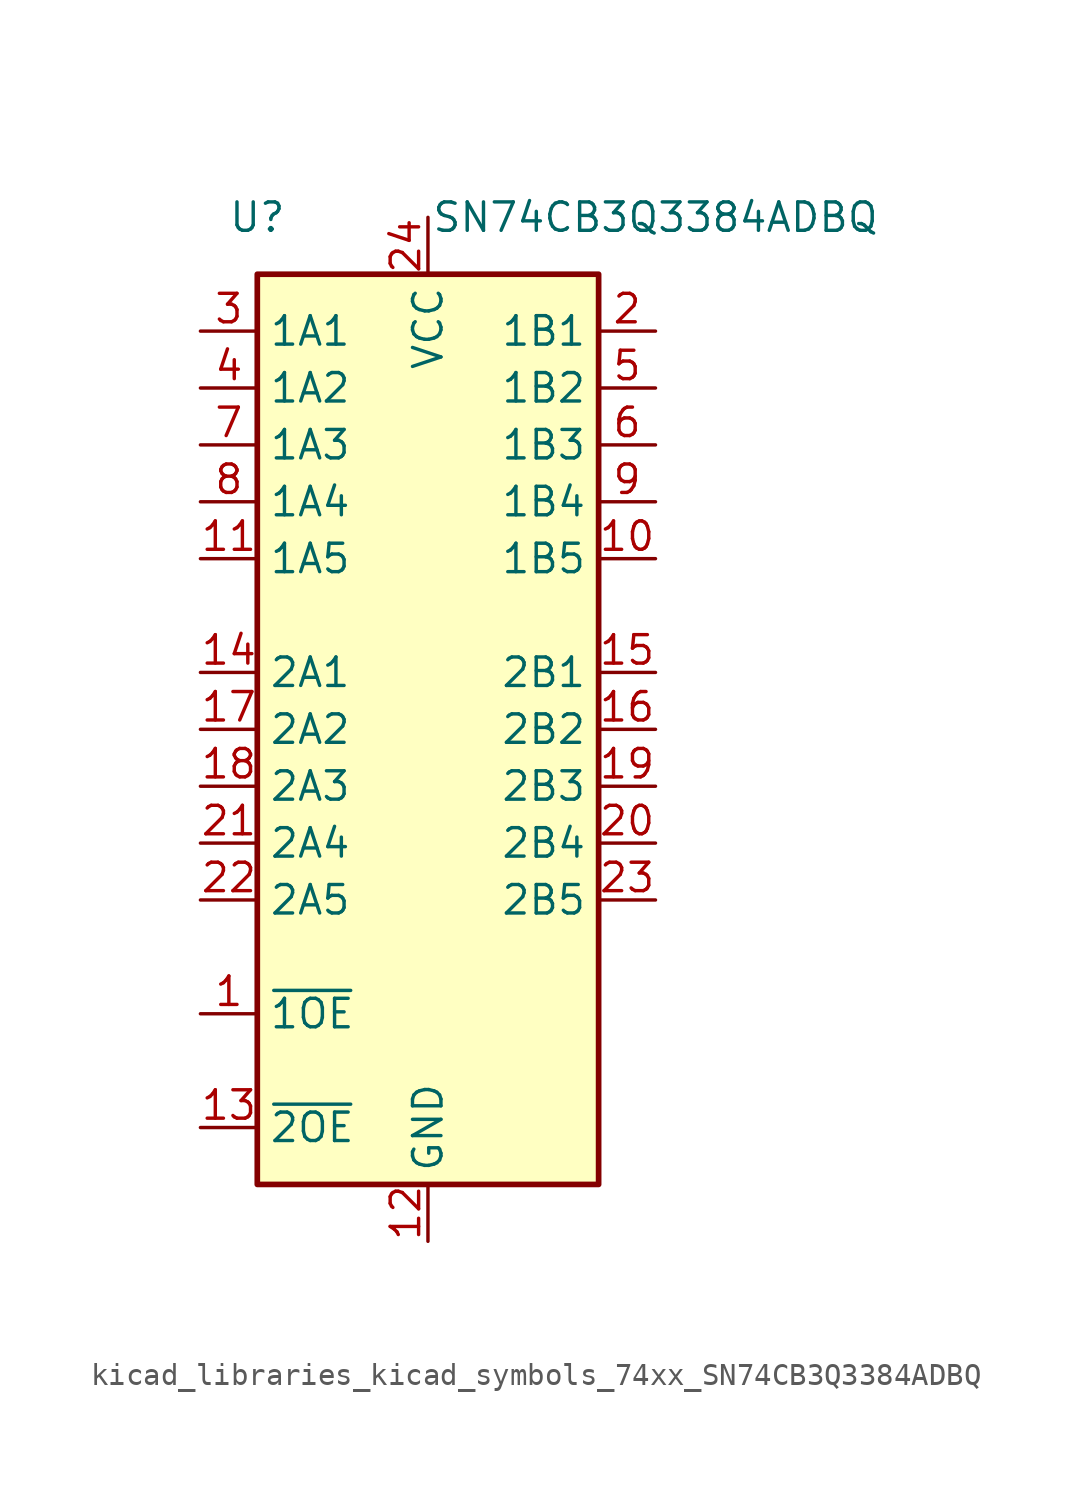
<source format=kicad_sym>
(kicad_symbol_lib
  (version 20220914)
  (generator kicad_symbol_editor)
  (symbol "kicad_libraries_kicad_symbols_74xx_SN74CB3Q3384ADBQ"
    (property "Reference" "U"
      (at -7.62 22.86 0)
      (effects (font (size 1.27 1.27))))
    (property "Value" "SN74CB3Q3384ADBQ"
      (at 10.16 22.86 0)
      (effects (font (size 1.27 1.27))))
    (symbol "kicad_libraries_kicad_symbols_74xx_SN74CB3Q3384ADBQ_0_1"
      (pin input line (at -10.16 -12.7 0) (length 2.54) (name "~{1OE}" (effects (font (size 1.27 1.27)))) (number "1" (effects (font (size 1.27 1.27)))))
      (pin tri_state line (at 10.16 7.62 180) (length 2.54) (name "1B5" (effects (font (size 1.27 1.27)))) (number "10" (effects (font (size 1.27 1.27)))))
      (pin tri_state line (at -10.16 7.62 0) (length 2.54) (name "1A5" (effects (font (size 1.27 1.27)))) (number "11" (effects (font (size 1.27 1.27)))))
      (pin power_in line (at 0 -22.86 90) (length 2.54) (name "GND" (effects (font (size 1.27 1.27)))) (number "12" (effects (font (size 1.27 1.27)))))
      (pin input line (at -10.16 -17.78 0) (length 2.54) (name "~{2OE}" (effects (font (size 1.27 1.27)))) (number "13" (effects (font (size 1.27 1.27)))))
      (pin tri_state line (at -10.16 2.54 0) (length 2.54) (name "2A1" (effects (font (size 1.27 1.27)))) (number "14" (effects (font (size 1.27 1.27)))))
      (pin tri_state line (at 10.16 2.54 180) (length 2.54) (name "2B1" (effects (font (size 1.27 1.27)))) (number "15" (effects (font (size 1.27 1.27)))))
      (pin tri_state line (at 10.16 0 180) (length 2.54) (name "2B2" (effects (font (size 1.27 1.27)))) (number "16" (effects (font (size 1.27 1.27)))))
      (pin tri_state line (at -10.16 0 0) (length 2.54) (name "2A2" (effects (font (size 1.27 1.27)))) (number "17" (effects (font (size 1.27 1.27)))))
      (pin tri_state line (at -10.16 -2.54 0) (length 2.54) (name "2A3" (effects (font (size 1.27 1.27)))) (number "18" (effects (font (size 1.27 1.27)))))
      (pin tri_state line (at 10.16 -2.54 180) (length 2.54) (name "2B3" (effects (font (size 1.27 1.27)))) (number "19" (effects (font (size 1.27 1.27)))))
      (pin tri_state line (at 10.16 17.78 180) (length 2.54) (name "1B1" (effects (font (size 1.27 1.27)))) (number "2" (effects (font (size 1.27 1.27)))))
      (pin tri_state line (at 10.16 -5.08 180) (length 2.54) (name "2B4" (effects (font (size 1.27 1.27)))) (number "20" (effects (font (size 1.27 1.27)))))
      (pin tri_state line (at -10.16 -5.08 0) (length 2.54) (name "2A4" (effects (font (size 1.27 1.27)))) (number "21" (effects (font (size 1.27 1.27)))))
      (pin tri_state line (at -10.16 -7.62 0) (length 2.54) (name "2A5" (effects (font (size 1.27 1.27)))) (number "22" (effects (font (size 1.27 1.27)))))
      (pin tri_state line (at 10.16 -7.62 180) (length 2.54) (name "2B5" (effects (font (size 1.27 1.27)))) (number "23" (effects (font (size 1.27 1.27)))))
      (pin power_in line (at 0 22.86 270) (length 2.54) (name "VCC" (effects (font (size 1.27 1.27)))) (number "24" (effects (font (size 1.27 1.27)))))
      (pin tri_state line (at -10.16 17.78 0) (length 2.54) (name "1A1" (effects (font (size 1.27 1.27)))) (number "3" (effects (font (size 1.27 1.27)))))
      (pin tri_state line (at -10.16 15.24 0) (length 2.54) (name "1A2" (effects (font (size 1.27 1.27)))) (number "4" (effects (font (size 1.27 1.27)))))
      (pin tri_state line (at 10.16 15.24 180) (length 2.54) (name "1B2" (effects (font (size 1.27 1.27)))) (number "5" (effects (font (size 1.27 1.27)))))
      (pin tri_state line (at 10.16 12.7 180) (length 2.54) (name "1B3" (effects (font (size 1.27 1.27)))) (number "6" (effects (font (size 1.27 1.27)))))
      (pin tri_state line (at -10.16 12.7 0) (length 2.54) (name "1A3" (effects (font (size 1.27 1.27)))) (number "7" (effects (font (size 1.27 1.27)))))
      (pin tri_state line (at -10.16 10.16 0) (length 2.54) (name "1A4" (effects (font (size 1.27 1.27)))) (number "8" (effects (font (size 1.27 1.27)))))
      (pin tri_state line (at 10.16 10.16 180) (length 2.54) (name "1B4" (effects (font (size 1.27 1.27)))) (number "9" (effects (font (size 1.27 1.27))))))
    (symbol "kicad_libraries_kicad_symbols_74xx_SN74CB3Q3384ADBQ_1_1"
      (rectangle (start -7.62 20.32) (end 7.62 -20.32) (stroke (width 0.254) (type default)) (fill (type background))))))
</source>
